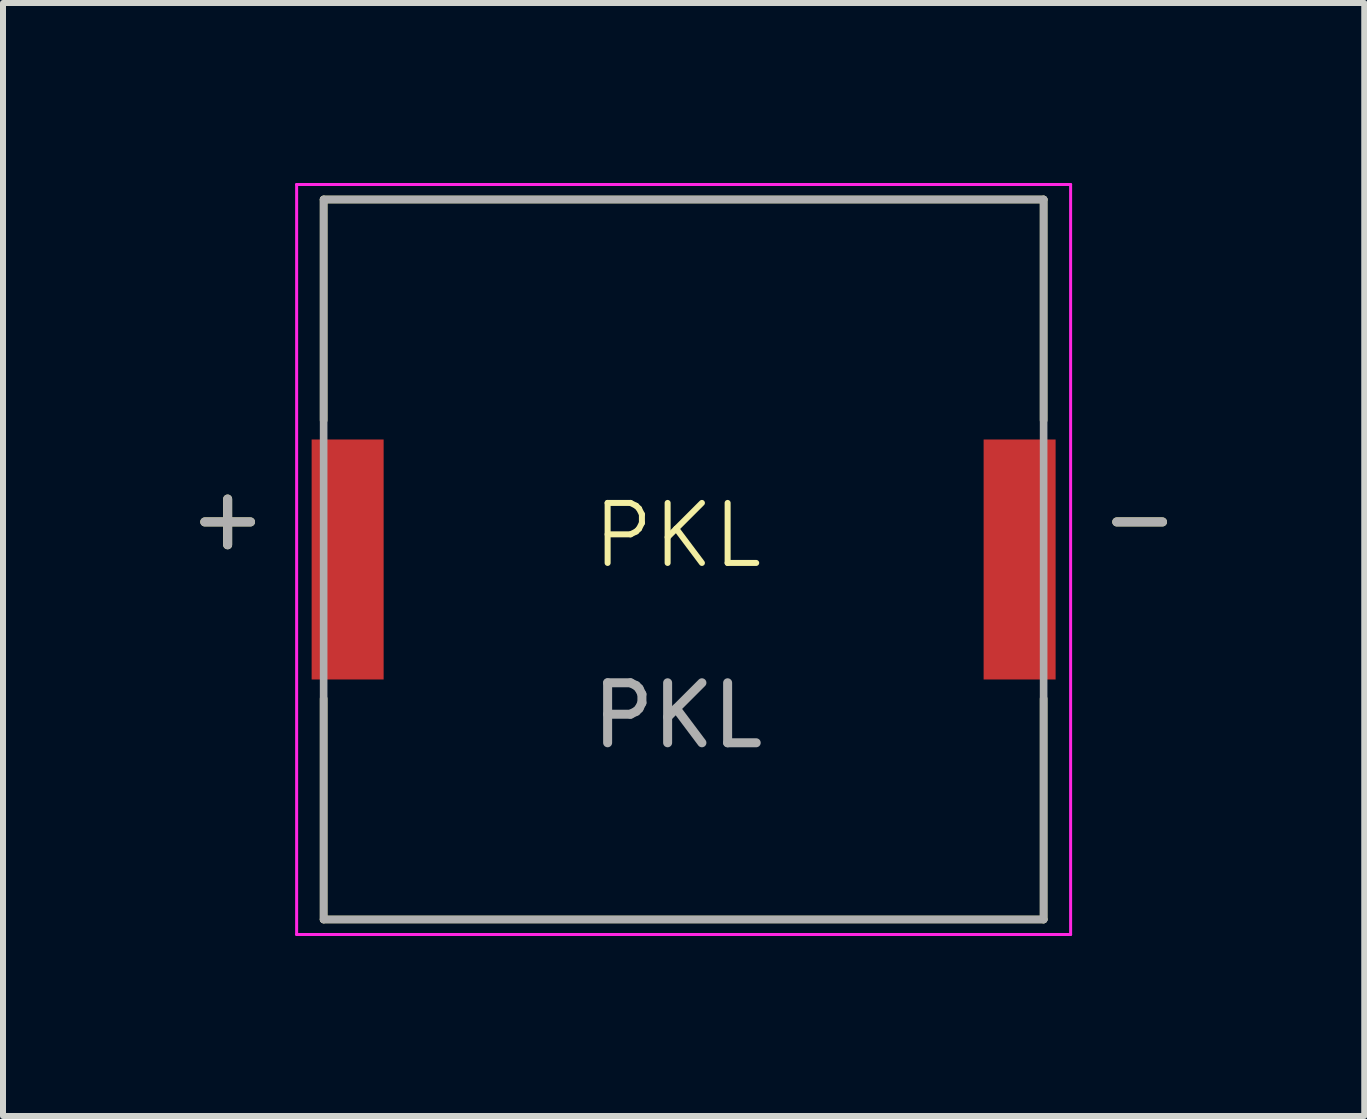
<source format=kicad_pcb>
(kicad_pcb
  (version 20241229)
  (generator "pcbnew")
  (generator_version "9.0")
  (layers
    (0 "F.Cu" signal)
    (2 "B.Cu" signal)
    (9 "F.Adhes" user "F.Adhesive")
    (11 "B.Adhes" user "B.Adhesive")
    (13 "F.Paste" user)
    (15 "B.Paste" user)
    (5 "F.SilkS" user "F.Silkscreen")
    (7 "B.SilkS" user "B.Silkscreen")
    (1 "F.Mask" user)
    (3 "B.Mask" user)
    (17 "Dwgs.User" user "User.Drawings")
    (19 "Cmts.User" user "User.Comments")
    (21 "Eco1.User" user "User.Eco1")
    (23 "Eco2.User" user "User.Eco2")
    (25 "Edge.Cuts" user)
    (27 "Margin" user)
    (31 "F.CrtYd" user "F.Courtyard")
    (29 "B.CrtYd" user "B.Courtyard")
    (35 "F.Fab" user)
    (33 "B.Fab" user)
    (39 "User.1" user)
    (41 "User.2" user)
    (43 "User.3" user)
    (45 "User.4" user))
  (footprint "PKL"
    (layer "F.Cu")
    (at 8.244 6.375)
    (property "Reference" "PKL" (at 0 -0.5 0) (unlocked yes) (layer "F.SilkS") (effects (font (size 1 1) (thickness 0.1))))
    (attr smd)
    (fp_line (start -5.9 -6.1) (end -5.9 -2.42) (stroke (width 0.127) (type solid)) (layer "F.SilkS"))
    (fp_line (start -5.9 -6.1) (end 6.1 -6.1) (stroke (width 0.127) (type solid)) (layer "F.SilkS"))
    (fp_line (start -5.9 5.9) (end -5.9 2.22) (stroke (width 0.127) (type solid)) (layer "F.SilkS"))
    (fp_line (start -5.9 5.9) (end 6.1 5.9) (stroke (width 0.127) (type solid)) (layer "F.SilkS"))
    (fp_line (start 6.1 -6.1) (end 6.1 -2.42) (stroke (width 0.127) (type solid)) (layer "F.SilkS"))
    (fp_line (start 6.1 5.9) (end 6.1 2.22) (stroke (width 0.127) (type solid)) (layer "F.SilkS"))
    (fp_line (start -6.35 -6.35) (end 6.55 -6.35) (stroke (width 0.05) (type solid)) (layer "F.CrtYd"))
    (fp_line (start -6.35 6.15) (end -6.35 -6.35) (stroke (width 0.05) (type solid)) (layer "F.CrtYd"))
    (fp_line (start 6.55 -6.35) (end 6.55 6.15) (stroke (width 0.05) (type solid)) (layer "F.CrtYd"))
    (fp_line (start 6.55 6.15) (end -6.35 6.15) (stroke (width 0.05) (type solid)) (layer "F.CrtYd"))
    (fp_line (start -5.9 -6.1) (end 6.1 -6.1) (stroke (width 0.127) (type solid)) (layer "F.Fab"))
    (fp_line (start -5.9 5.9) (end -5.9 -6.1) (stroke (width 0.127) (type solid)) (layer "F.Fab"))
    (fp_line (start 6.1 -6.1) (end 6.1 5.9) (stroke (width 0.127) (type solid)) (layer "F.Fab"))
    (fp_line (start 6.1 5.9) (end -5.9 5.9) (stroke (width 0.127) (type solid)) (layer "F.Fab"))
    (fp_text user "+" (at -7.5 -0.8 0) (layer "F.SilkS") (effects (font (size 1 1) (thickness 0.15))))
    (fp_text user "-" (at 7.7 -0.8 0) (layer "F.SilkS") (effects (font (size 1 1) (thickness 0.15))))
    (fp_text user "${REFERENCE}" (at 0 2.5 0) (unlocked yes) (layer "F.Fab") (effects (font (size 1 1) (thickness 0.15))))
    (fp_text user "-" (at 7.7 -0.8 0) (layer "F.Fab") (effects (font (size 1 1) (thickness 0.15))))
    (fp_text user "+" (at -7.5 -0.8 0) (layer "F.Fab") (effects (font (size 1 1) (thickness 0.15))))
    (pad "N" smd rect (at 5.7 -0.1) (size 1.2 4) (layers "F.Cu" "F.Mask" "F.Paste"))
    (pad "P" smd rect (at -5.5 -0.1) (size 1.2 4) (layers "F.Cu" "F.Mask" "F.Paste")))
  (gr_rect
    (start -3 -3)
    (end 19.688 15.55)
    (stroke (width 0.1) (type default))
    (fill no)
    (layer "Edge.Cuts")))
</source>
